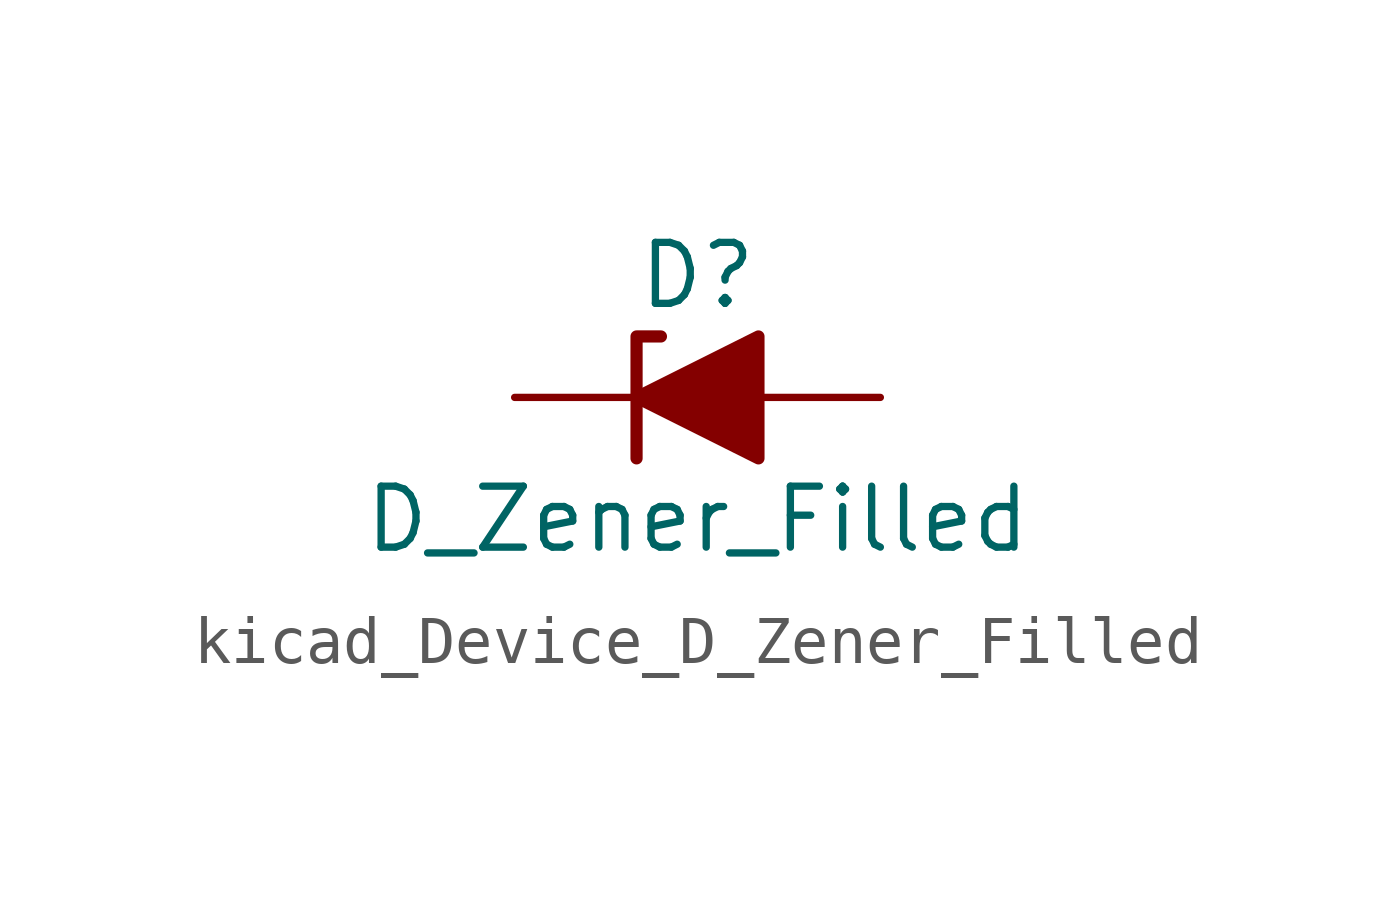
<source format=kicad_sym>
(kicad_symbol_lib
  (version 20220914)
  (generator kicad_symbol_editor)
  (symbol "kicad_Device_D_Zener_Filled"
    (pin_numbers hide)
    (pin_names
      (offset 1.016) hide)
    (property "Reference" "D"
      (at 0 2.54 0)
      (effects (font (size 1.27 1.27))))
    (property "Value" "D_Zener_Filled"
      (at 0 -2.54 0)
      (effects (font (size 1.27 1.27))))
    (symbol "kicad_Device_D_Zener_Filled_0_1"
      (polyline (pts (xy 1.27 0) (xy -1.27 0)) (stroke (width 0) (type default)) (fill (type none)))
      (polyline (pts (xy -1.27 -1.27) (xy -1.27 1.27) (xy -0.762 1.27)) (stroke (width 0.254) (type default)) (fill (type none)))
      (polyline (pts (xy 1.27 -1.27) (xy 1.27 1.27) (xy -1.27 0) (xy 1.27 -1.27)) (stroke (width 0.254) (type default)) (fill (type outline))))
    (symbol "kicad_Device_D_Zener_Filled_1_1"
      (pin passive line (at -3.81 0 0) (length 2.54) (name "K" (effects (font (size 1.27 1.27)))) (number "1" (effects (font (size 1.27 1.27)))))
      (pin passive line (at 3.81 0 180) (length 2.54) (name "A" (effects (font (size 1.27 1.27)))) (number "2" (effects (font (size 1.27 1.27))))))))
</source>
